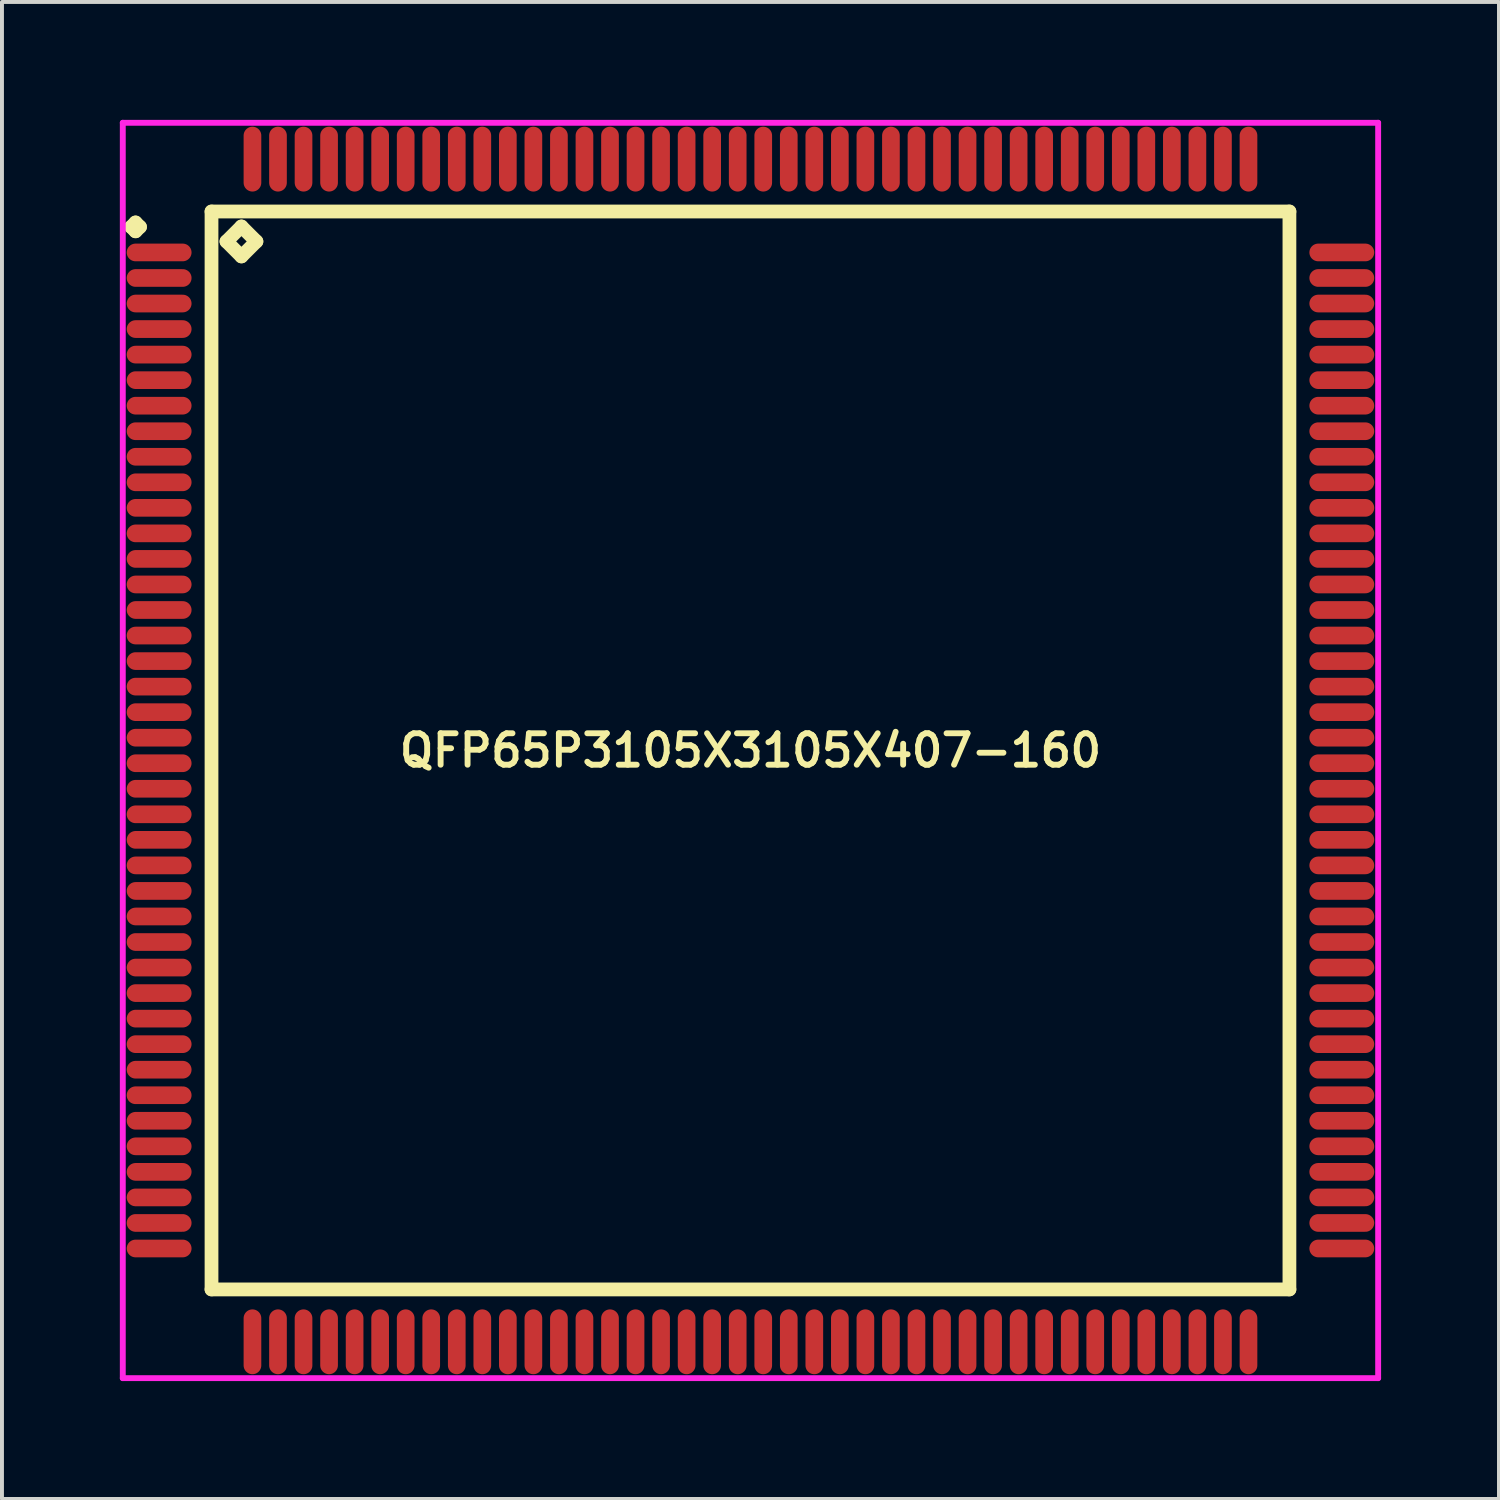
<source format=kicad_pcb>
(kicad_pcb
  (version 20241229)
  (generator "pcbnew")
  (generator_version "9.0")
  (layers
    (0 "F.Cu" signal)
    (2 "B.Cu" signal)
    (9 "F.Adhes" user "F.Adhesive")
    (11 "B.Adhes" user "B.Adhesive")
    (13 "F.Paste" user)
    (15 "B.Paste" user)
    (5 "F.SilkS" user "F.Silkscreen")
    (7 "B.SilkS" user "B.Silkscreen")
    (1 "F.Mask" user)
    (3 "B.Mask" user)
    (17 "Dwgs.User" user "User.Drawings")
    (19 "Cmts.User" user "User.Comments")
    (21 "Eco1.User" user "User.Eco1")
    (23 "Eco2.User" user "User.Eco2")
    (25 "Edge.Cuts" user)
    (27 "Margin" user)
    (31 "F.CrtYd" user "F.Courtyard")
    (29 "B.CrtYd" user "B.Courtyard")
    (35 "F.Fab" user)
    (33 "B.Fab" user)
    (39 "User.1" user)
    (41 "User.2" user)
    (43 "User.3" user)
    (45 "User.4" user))
  (footprint "QFP65P3105X3105X407-160"
    (layer "F.Cu")
    (at 16.05 16.05)
    (property "Reference" "QFP65P3105X3105X407-160" (at 0 0 0) (layer "F.SilkS") (effects (font (size 0.8 0.8) (thickness 0.15))))
    (attr smd)
    (fp_line (start -15.762 -13.325) (end -15.65 -13.438) (stroke (width 0.35) (type solid)) (layer "F.SilkS"))
    (fp_line (start -15.65 -13.438) (end -15.537 -13.325) (stroke (width 0.35) (type solid)) (layer "F.SilkS"))
    (fp_line (start -15.65 -13.213) (end -15.762 -13.325) (stroke (width 0.35) (type solid)) (layer "F.SilkS"))
    (fp_line (start -15.537 -13.325) (end -15.65 -13.213) (stroke (width 0.35) (type solid)) (layer "F.SilkS"))
    (fp_line (start -13.717 -13.717) (end -13.717 13.717) (stroke (width 0.35) (type solid)) (layer "F.SilkS"))
    (fp_line (start -13.717 13.717) (end 13.717 13.717) (stroke (width 0.35) (type solid)) (layer "F.SilkS"))
    (fp_line (start -13.336 -12.955) (end -12.955 -13.336) (stroke (width 0.35) (type solid)) (layer "F.SilkS"))
    (fp_line (start -12.955 -13.336) (end -12.574 -12.955) (stroke (width 0.35) (type solid)) (layer "F.SilkS"))
    (fp_line (start -12.955 -12.574) (end -13.336 -12.955) (stroke (width 0.35) (type solid)) (layer "F.SilkS"))
    (fp_line (start -12.574 -12.955) (end -12.955 -12.574) (stroke (width 0.35) (type solid)) (layer "F.SilkS"))
    (fp_line (start 13.717 -13.717) (end -13.717 -13.717) (stroke (width 0.35) (type solid)) (layer "F.SilkS"))
    (fp_line (start 13.717 13.717) (end 13.717 -13.717) (stroke (width 0.35) (type solid)) (layer "F.SilkS"))
    (fp_line (start -15.975 -15.975) (end 15.975 -15.975) (stroke (width 0.15) (type solid)) (layer "F.CrtYd"))
    (fp_line (start -15.975 15.975) (end -15.975 -15.975) (stroke (width 0.15) (type solid)) (layer "F.CrtYd"))
    (fp_line (start 15.975 -15.975) (end 15.975 15.975) (stroke (width 0.15) (type solid)) (layer "F.CrtYd"))
    (fp_line (start 15.975 15.975) (end -15.975 15.975) (stroke (width 0.15) (type solid)) (layer "F.CrtYd"))
    (pad "1" smd oval (at -15.05 -12.675) (size 1.65 0.45) (layers "F.Cu" "F.Mask" "F.Paste"))
    (pad "2" smd oval (at -15.05 -12.025) (size 1.65 0.45) (layers "F.Cu" "F.Mask" "F.Paste"))
    (pad "3" smd oval (at -15.05 -11.375) (size 1.65 0.45) (layers "F.Cu" "F.Mask" "F.Paste"))
    (pad "4" smd oval (at -15.05 -10.725) (size 1.65 0.45) (layers "F.Cu" "F.Mask" "F.Paste"))
    (pad "5" smd oval (at -15.05 -10.075) (size 1.65 0.45) (layers "F.Cu" "F.Mask" "F.Paste"))
    (pad "6" smd oval (at -15.05 -9.425) (size 1.65 0.45) (layers "F.Cu" "F.Mask" "F.Paste"))
    (pad "7" smd oval (at -15.05 -8.775) (size 1.65 0.45) (layers "F.Cu" "F.Mask" "F.Paste"))
    (pad "8" smd oval (at -15.05 -8.125) (size 1.65 0.45) (layers "F.Cu" "F.Mask" "F.Paste"))
    (pad "9" smd oval (at -15.05 -7.475) (size 1.65 0.45) (layers "F.Cu" "F.Mask" "F.Paste"))
    (pad "10" smd oval (at -15.05 -6.825) (size 1.65 0.45) (layers "F.Cu" "F.Mask" "F.Paste"))
    (pad "11" smd oval (at -15.05 -6.175) (size 1.65 0.45) (layers "F.Cu" "F.Mask" "F.Paste"))
    (pad "12" smd oval (at -15.05 -5.525) (size 1.65 0.45) (layers "F.Cu" "F.Mask" "F.Paste"))
    (pad "13" smd oval (at -15.05 -4.875) (size 1.65 0.45) (layers "F.Cu" "F.Mask" "F.Paste"))
    (pad "14" smd oval (at -15.05 -4.225) (size 1.65 0.45) (layers "F.Cu" "F.Mask" "F.Paste"))
    (pad "15" smd oval (at -15.05 -3.575) (size 1.65 0.45) (layers "F.Cu" "F.Mask" "F.Paste"))
    (pad "16" smd oval (at -15.05 -2.925) (size 1.65 0.45) (layers "F.Cu" "F.Mask" "F.Paste"))
    (pad "17" smd oval (at -15.05 -2.275) (size 1.65 0.45) (layers "F.Cu" "F.Mask" "F.Paste"))
    (pad "18" smd oval (at -15.05 -1.625) (size 1.65 0.45) (layers "F.Cu" "F.Mask" "F.Paste"))
    (pad "19" smd oval (at -15.05 -0.975) (size 1.65 0.45) (layers "F.Cu" "F.Mask" "F.Paste"))
    (pad "20" smd oval (at -15.05 -0.325) (size 1.65 0.45) (layers "F.Cu" "F.Mask" "F.Paste"))
    (pad "21" smd oval (at -15.05 0.325) (size 1.65 0.45) (layers "F.Cu" "F.Mask" "F.Paste"))
    (pad "22" smd oval (at -15.05 0.975) (size 1.65 0.45) (layers "F.Cu" "F.Mask" "F.Paste"))
    (pad "23" smd oval (at -15.05 1.625) (size 1.65 0.45) (layers "F.Cu" "F.Mask" "F.Paste"))
    (pad "24" smd oval (at -15.05 2.275) (size 1.65 0.45) (layers "F.Cu" "F.Mask" "F.Paste"))
    (pad "25" smd oval (at -15.05 2.925) (size 1.65 0.45) (layers "F.Cu" "F.Mask" "F.Paste"))
    (pad "26" smd oval (at -15.05 3.575) (size 1.65 0.45) (layers "F.Cu" "F.Mask" "F.Paste"))
    (pad "27" smd oval (at -15.05 4.225) (size 1.65 0.45) (layers "F.Cu" "F.Mask" "F.Paste"))
    (pad "28" smd oval (at -15.05 4.875) (size 1.65 0.45) (layers "F.Cu" "F.Mask" "F.Paste"))
    (pad "29" smd oval (at -15.05 5.525) (size 1.65 0.45) (layers "F.Cu" "F.Mask" "F.Paste"))
    (pad "30" smd oval (at -15.05 6.175) (size 1.65 0.45) (layers "F.Cu" "F.Mask" "F.Paste"))
    (pad "31" smd oval (at -15.05 6.825) (size 1.65 0.45) (layers "F.Cu" "F.Mask" "F.Paste"))
    (pad "32" smd oval (at -15.05 7.475) (size 1.65 0.45) (layers "F.Cu" "F.Mask" "F.Paste"))
    (pad "33" smd oval (at -15.05 8.125) (size 1.65 0.45) (layers "F.Cu" "F.Mask" "F.Paste"))
    (pad "34" smd oval (at -15.05 8.775) (size 1.65 0.45) (layers "F.Cu" "F.Mask" "F.Paste"))
    (pad "35" smd oval (at -15.05 9.425) (size 1.65 0.45) (layers "F.Cu" "F.Mask" "F.Paste"))
    (pad "36" smd oval (at -15.05 10.075) (size 1.65 0.45) (layers "F.Cu" "F.Mask" "F.Paste"))
    (pad "37" smd oval (at -15.05 10.725) (size 1.65 0.45) (layers "F.Cu" "F.Mask" "F.Paste"))
    (pad "38" smd oval (at -15.05 11.375) (size 1.65 0.45) (layers "F.Cu" "F.Mask" "F.Paste"))
    (pad "39" smd oval (at -15.05 12.025) (size 1.65 0.45) (layers "F.Cu" "F.Mask" "F.Paste"))
    (pad "40" smd oval (at -15.05 12.675) (size 1.65 0.45) (layers "F.Cu" "F.Mask" "F.Paste"))
    (pad "41" smd oval (at -12.675 15.05) (size 0.45 1.65) (layers "F.Cu" "F.Mask" "F.Paste"))
    (pad "42" smd oval (at -12.025 15.05) (size 0.45 1.65) (layers "F.Cu" "F.Mask" "F.Paste"))
    (pad "43" smd oval (at -11.375 15.05) (size 0.45 1.65) (layers "F.Cu" "F.Mask" "F.Paste"))
    (pad "44" smd oval (at -10.725 15.05) (size 0.45 1.65) (layers "F.Cu" "F.Mask" "F.Paste"))
    (pad "45" smd oval (at -10.075 15.05) (size 0.45 1.65) (layers "F.Cu" "F.Mask" "F.Paste"))
    (pad "46" smd oval (at -9.425 15.05) (size 0.45 1.65) (layers "F.Cu" "F.Mask" "F.Paste"))
    (pad "47" smd oval (at -8.775 15.05) (size 0.45 1.65) (layers "F.Cu" "F.Mask" "F.Paste"))
    (pad "48" smd oval (at -8.125 15.05) (size 0.45 1.65) (layers "F.Cu" "F.Mask" "F.Paste"))
    (pad "49" smd oval (at -7.475 15.05) (size 0.45 1.65) (layers "F.Cu" "F.Mask" "F.Paste"))
    (pad "50" smd oval (at -6.825 15.05) (size 0.45 1.65) (layers "F.Cu" "F.Mask" "F.Paste"))
    (pad "51" smd oval (at -6.175 15.05) (size 0.45 1.65) (layers "F.Cu" "F.Mask" "F.Paste"))
    (pad "52" smd oval (at -5.525 15.05) (size 0.45 1.65) (layers "F.Cu" "F.Mask" "F.Paste"))
    (pad "53" smd oval (at -4.875 15.05) (size 0.45 1.65) (layers "F.Cu" "F.Mask" "F.Paste"))
    (pad "54" smd oval (at -4.225 15.05) (size 0.45 1.65) (layers "F.Cu" "F.Mask" "F.Paste"))
    (pad "55" smd oval (at -3.575 15.05) (size 0.45 1.65) (layers "F.Cu" "F.Mask" "F.Paste"))
    (pad "56" smd oval (at -2.925 15.05) (size 0.45 1.65) (layers "F.Cu" "F.Mask" "F.Paste"))
    (pad "57" smd oval (at -2.275 15.05) (size 0.45 1.65) (layers "F.Cu" "F.Mask" "F.Paste"))
    (pad "58" smd oval (at -1.625 15.05) (size 0.45 1.65) (layers "F.Cu" "F.Mask" "F.Paste"))
    (pad "59" smd oval (at -0.975 15.05) (size 0.45 1.65) (layers "F.Cu" "F.Mask" "F.Paste"))
    (pad "60" smd oval (at -0.325 15.05) (size 0.45 1.65) (layers "F.Cu" "F.Mask" "F.Paste"))
    (pad "61" smd oval (at 0.325 15.05) (size 0.45 1.65) (layers "F.Cu" "F.Mask" "F.Paste"))
    (pad "62" smd oval (at 0.975 15.05) (size 0.45 1.65) (layers "F.Cu" "F.Mask" "F.Paste"))
    (pad "63" smd oval (at 1.625 15.05) (size 0.45 1.65) (layers "F.Cu" "F.Mask" "F.Paste"))
    (pad "64" smd oval (at 2.275 15.05) (size 0.45 1.65) (layers "F.Cu" "F.Mask" "F.Paste"))
    (pad "65" smd oval (at 2.925 15.05) (size 0.45 1.65) (layers "F.Cu" "F.Mask" "F.Paste"))
    (pad "66" smd oval (at 3.575 15.05) (size 0.45 1.65) (layers "F.Cu" "F.Mask" "F.Paste"))
    (pad "67" smd oval (at 4.225 15.05) (size 0.45 1.65) (layers "F.Cu" "F.Mask" "F.Paste"))
    (pad "68" smd oval (at 4.875 15.05) (size 0.45 1.65) (layers "F.Cu" "F.Mask" "F.Paste"))
    (pad "69" smd oval (at 5.525 15.05) (size 0.45 1.65) (layers "F.Cu" "F.Mask" "F.Paste"))
    (pad "70" smd oval (at 6.175 15.05) (size 0.45 1.65) (layers "F.Cu" "F.Mask" "F.Paste"))
    (pad "71" smd oval (at 6.825 15.05) (size 0.45 1.65) (layers "F.Cu" "F.Mask" "F.Paste"))
    (pad "72" smd oval (at 7.475 15.05) (size 0.45 1.65) (layers "F.Cu" "F.Mask" "F.Paste"))
    (pad "73" smd oval (at 8.125 15.05) (size 0.45 1.65) (layers "F.Cu" "F.Mask" "F.Paste"))
    (pad "74" smd oval (at 8.775 15.05) (size 0.45 1.65) (layers "F.Cu" "F.Mask" "F.Paste"))
    (pad "75" smd oval (at 9.425 15.05) (size 0.45 1.65) (layers "F.Cu" "F.Mask" "F.Paste"))
    (pad "76" smd oval (at 10.075 15.05) (size 0.45 1.65) (layers "F.Cu" "F.Mask" "F.Paste"))
    (pad "77" smd oval (at 10.725 15.05) (size 0.45 1.65) (layers "F.Cu" "F.Mask" "F.Paste"))
    (pad "78" smd oval (at 11.375 15.05) (size 0.45 1.65) (layers "F.Cu" "F.Mask" "F.Paste"))
    (pad "79" smd oval (at 12.025 15.05) (size 0.45 1.65) (layers "F.Cu" "F.Mask" "F.Paste"))
    (pad "80" smd oval (at 12.675 15.05) (size 0.45 1.65) (layers "F.Cu" "F.Mask" "F.Paste"))
    (pad "81" smd oval (at 15.05 12.675) (size 1.65 0.45) (layers "F.Cu" "F.Mask" "F.Paste"))
    (pad "82" smd oval (at 15.05 12.025) (size 1.65 0.45) (layers "F.Cu" "F.Mask" "F.Paste"))
    (pad "83" smd oval (at 15.05 11.375) (size 1.65 0.45) (layers "F.Cu" "F.Mask" "F.Paste"))
    (pad "84" smd oval (at 15.05 10.725) (size 1.65 0.45) (layers "F.Cu" "F.Mask" "F.Paste"))
    (pad "85" smd oval (at 15.05 10.075) (size 1.65 0.45) (layers "F.Cu" "F.Mask" "F.Paste"))
    (pad "86" smd oval (at 15.05 9.425) (size 1.65 0.45) (layers "F.Cu" "F.Mask" "F.Paste"))
    (pad "87" smd oval (at 15.05 8.775) (size 1.65 0.45) (layers "F.Cu" "F.Mask" "F.Paste"))
    (pad "88" smd oval (at 15.05 8.125) (size 1.65 0.45) (layers "F.Cu" "F.Mask" "F.Paste"))
    (pad "89" smd oval (at 15.05 7.475) (size 1.65 0.45) (layers "F.Cu" "F.Mask" "F.Paste"))
    (pad "90" smd oval (at 15.05 6.825) (size 1.65 0.45) (layers "F.Cu" "F.Mask" "F.Paste"))
    (pad "91" smd oval (at 15.05 6.175) (size 1.65 0.45) (layers "F.Cu" "F.Mask" "F.Paste"))
    (pad "92" smd oval (at 15.05 5.525) (size 1.65 0.45) (layers "F.Cu" "F.Mask" "F.Paste"))
    (pad "93" smd oval (at 15.05 4.875) (size 1.65 0.45) (layers "F.Cu" "F.Mask" "F.Paste"))
    (pad "94" smd oval (at 15.05 4.225) (size 1.65 0.45) (layers "F.Cu" "F.Mask" "F.Paste"))
    (pad "95" smd oval (at 15.05 3.575) (size 1.65 0.45) (layers "F.Cu" "F.Mask" "F.Paste"))
    (pad "96" smd oval (at 15.05 2.925) (size 1.65 0.45) (layers "F.Cu" "F.Mask" "F.Paste"))
    (pad "97" smd oval (at 15.05 2.275) (size 1.65 0.45) (layers "F.Cu" "F.Mask" "F.Paste"))
    (pad "98" smd oval (at 15.05 1.625) (size 1.65 0.45) (layers "F.Cu" "F.Mask" "F.Paste"))
    (pad "99" smd oval (at 15.05 0.975) (size 1.65 0.45) (layers "F.Cu" "F.Mask" "F.Paste"))
    (pad "100" smd oval (at 15.05 0.325) (size 1.65 0.45) (layers "F.Cu" "F.Mask" "F.Paste"))
    (pad "101" smd oval (at 15.05 -0.325) (size 1.65 0.45) (layers "F.Cu" "F.Mask" "F.Paste"))
    (pad "102" smd oval (at 15.05 -0.975) (size 1.65 0.45) (layers "F.Cu" "F.Mask" "F.Paste"))
    (pad "103" smd oval (at 15.05 -1.625) (size 1.65 0.45) (layers "F.Cu" "F.Mask" "F.Paste"))
    (pad "104" smd oval (at 15.05 -2.275) (size 1.65 0.45) (layers "F.Cu" "F.Mask" "F.Paste"))
    (pad "105" smd oval (at 15.05 -2.925) (size 1.65 0.45) (layers "F.Cu" "F.Mask" "F.Paste"))
    (pad "106" smd oval (at 15.05 -3.575) (size 1.65 0.45) (layers "F.Cu" "F.Mask" "F.Paste"))
    (pad "107" smd oval (at 15.05 -4.225) (size 1.65 0.45) (layers "F.Cu" "F.Mask" "F.Paste"))
    (pad "108" smd oval (at 15.05 -4.875) (size 1.65 0.45) (layers "F.Cu" "F.Mask" "F.Paste"))
    (pad "109" smd oval (at 15.05 -5.525) (size 1.65 0.45) (layers "F.Cu" "F.Mask" "F.Paste"))
    (pad "110" smd oval (at 15.05 -6.175) (size 1.65 0.45) (layers "F.Cu" "F.Mask" "F.Paste"))
    (pad "111" smd oval (at 15.05 -6.825) (size 1.65 0.45) (layers "F.Cu" "F.Mask" "F.Paste"))
    (pad "112" smd oval (at 15.05 -7.475) (size 1.65 0.45) (layers "F.Cu" "F.Mask" "F.Paste"))
    (pad "113" smd oval (at 15.05 -8.125) (size 1.65 0.45) (layers "F.Cu" "F.Mask" "F.Paste"))
    (pad "114" smd oval (at 15.05 -8.775) (size 1.65 0.45) (layers "F.Cu" "F.Mask" "F.Paste"))
    (pad "115" smd oval (at 15.05 -9.425) (size 1.65 0.45) (layers "F.Cu" "F.Mask" "F.Paste"))
    (pad "116" smd oval (at 15.05 -10.075) (size 1.65 0.45) (layers "F.Cu" "F.Mask" "F.Paste"))
    (pad "117" smd oval (at 15.05 -10.725) (size 1.65 0.45) (layers "F.Cu" "F.Mask" "F.Paste"))
    (pad "118" smd oval (at 15.05 -11.375) (size 1.65 0.45) (layers "F.Cu" "F.Mask" "F.Paste"))
    (pad "119" smd oval (at 15.05 -12.025) (size 1.65 0.45) (layers "F.Cu" "F.Mask" "F.Paste"))
    (pad "120" smd oval (at 15.05 -12.675) (size 1.65 0.45) (layers "F.Cu" "F.Mask" "F.Paste"))
    (pad "121" smd oval (at 12.675 -15.05) (size 0.45 1.65) (layers "F.Cu" "F.Mask" "F.Paste"))
    (pad "122" smd oval (at 12.025 -15.05) (size 0.45 1.65) (layers "F.Cu" "F.Mask" "F.Paste"))
    (pad "123" smd oval (at 11.375 -15.05) (size 0.45 1.65) (layers "F.Cu" "F.Mask" "F.Paste"))
    (pad "124" smd oval (at 10.725 -15.05) (size 0.45 1.65) (layers "F.Cu" "F.Mask" "F.Paste"))
    (pad "125" smd oval (at 10.075 -15.05) (size 0.45 1.65) (layers "F.Cu" "F.Mask" "F.Paste"))
    (pad "126" smd oval (at 9.425 -15.05) (size 0.45 1.65) (layers "F.Cu" "F.Mask" "F.Paste"))
    (pad "127" smd oval (at 8.775 -15.05) (size 0.45 1.65) (layers "F.Cu" "F.Mask" "F.Paste"))
    (pad "128" smd oval (at 8.125 -15.05) (size 0.45 1.65) (layers "F.Cu" "F.Mask" "F.Paste"))
    (pad "129" smd oval (at 7.475 -15.05) (size 0.45 1.65) (layers "F.Cu" "F.Mask" "F.Paste"))
    (pad "130" smd oval (at 6.825 -15.05) (size 0.45 1.65) (layers "F.Cu" "F.Mask" "F.Paste"))
    (pad "131" smd oval (at 6.175 -15.05) (size 0.45 1.65) (layers "F.Cu" "F.Mask" "F.Paste"))
    (pad "132" smd oval (at 5.525 -15.05) (size 0.45 1.65) (layers "F.Cu" "F.Mask" "F.Paste"))
    (pad "133" smd oval (at 4.875 -15.05) (size 0.45 1.65) (layers "F.Cu" "F.Mask" "F.Paste"))
    (pad "134" smd oval (at 4.225 -15.05) (size 0.45 1.65) (layers "F.Cu" "F.Mask" "F.Paste"))
    (pad "135" smd oval (at 3.575 -15.05) (size 0.45 1.65) (layers "F.Cu" "F.Mask" "F.Paste"))
    (pad "136" smd oval (at 2.925 -15.05) (size 0.45 1.65) (layers "F.Cu" "F.Mask" "F.Paste"))
    (pad "137" smd oval (at 2.275 -15.05) (size 0.45 1.65) (layers "F.Cu" "F.Mask" "F.Paste"))
    (pad "138" smd oval (at 1.625 -15.05) (size 0.45 1.65) (layers "F.Cu" "F.Mask" "F.Paste"))
    (pad "139" smd oval (at 0.975 -15.05) (size 0.45 1.65) (layers "F.Cu" "F.Mask" "F.Paste"))
    (pad "140" smd oval (at 0.325 -15.05) (size 0.45 1.65) (layers "F.Cu" "F.Mask" "F.Paste"))
    (pad "141" smd oval (at -0.325 -15.05) (size 0.45 1.65) (layers "F.Cu" "F.Mask" "F.Paste"))
    (pad "142" smd oval (at -0.975 -15.05) (size 0.45 1.65) (layers "F.Cu" "F.Mask" "F.Paste"))
    (pad "143" smd oval (at -1.625 -15.05) (size 0.45 1.65) (layers "F.Cu" "F.Mask" "F.Paste"))
    (pad "144" smd oval (at -2.275 -15.05) (size 0.45 1.65) (layers "F.Cu" "F.Mask" "F.Paste"))
    (pad "145" smd oval (at -2.925 -15.05) (size 0.45 1.65) (layers "F.Cu" "F.Mask" "F.Paste"))
    (pad "146" smd oval (at -3.575 -15.05) (size 0.45 1.65) (layers "F.Cu" "F.Mask" "F.Paste"))
    (pad "147" smd oval (at -4.225 -15.05) (size 0.45 1.65) (layers "F.Cu" "F.Mask" "F.Paste"))
    (pad "148" smd oval (at -4.875 -15.05) (size 0.45 1.65) (layers "F.Cu" "F.Mask" "F.Paste"))
    (pad "149" smd oval (at -5.525 -15.05) (size 0.45 1.65) (layers "F.Cu" "F.Mask" "F.Paste"))
    (pad "150" smd oval (at -6.175 -15.05) (size 0.45 1.65) (layers "F.Cu" "F.Mask" "F.Paste"))
    (pad "151" smd oval (at -6.825 -15.05) (size 0.45 1.65) (layers "F.Cu" "F.Mask" "F.Paste"))
    (pad "152" smd oval (at -7.475 -15.05) (size 0.45 1.65) (layers "F.Cu" "F.Mask" "F.Paste"))
    (pad "153" smd oval (at -8.125 -15.05) (size 0.45 1.65) (layers "F.Cu" "F.Mask" "F.Paste"))
    (pad "154" smd oval (at -8.775 -15.05) (size 0.45 1.65) (layers "F.Cu" "F.Mask" "F.Paste"))
    (pad "155" smd oval (at -9.425 -15.05) (size 0.45 1.65) (layers "F.Cu" "F.Mask" "F.Paste"))
    (pad "156" smd oval (at -10.075 -15.05) (size 0.45 1.65) (layers "F.Cu" "F.Mask" "F.Paste"))
    (pad "157" smd oval (at -10.725 -15.05) (size 0.45 1.65) (layers "F.Cu" "F.Mask" "F.Paste"))
    (pad "158" smd oval (at -11.375 -15.05) (size 0.45 1.65) (layers "F.Cu" "F.Mask" "F.Paste"))
    (pad "159" smd oval (at -12.025 -15.05) (size 0.45 1.65) (layers "F.Cu" "F.Mask" "F.Paste"))
    (pad "160" smd oval (at -12.675 -15.05) (size 0.45 1.65) (layers "F.Cu" "F.Mask" "F.Paste")))
  (gr_rect
    (start -3 -3)
    (end 35.1 35.1)
    (stroke (width 0.1) (type default))
    (fill no)
    (layer "Edge.Cuts")))
</source>
